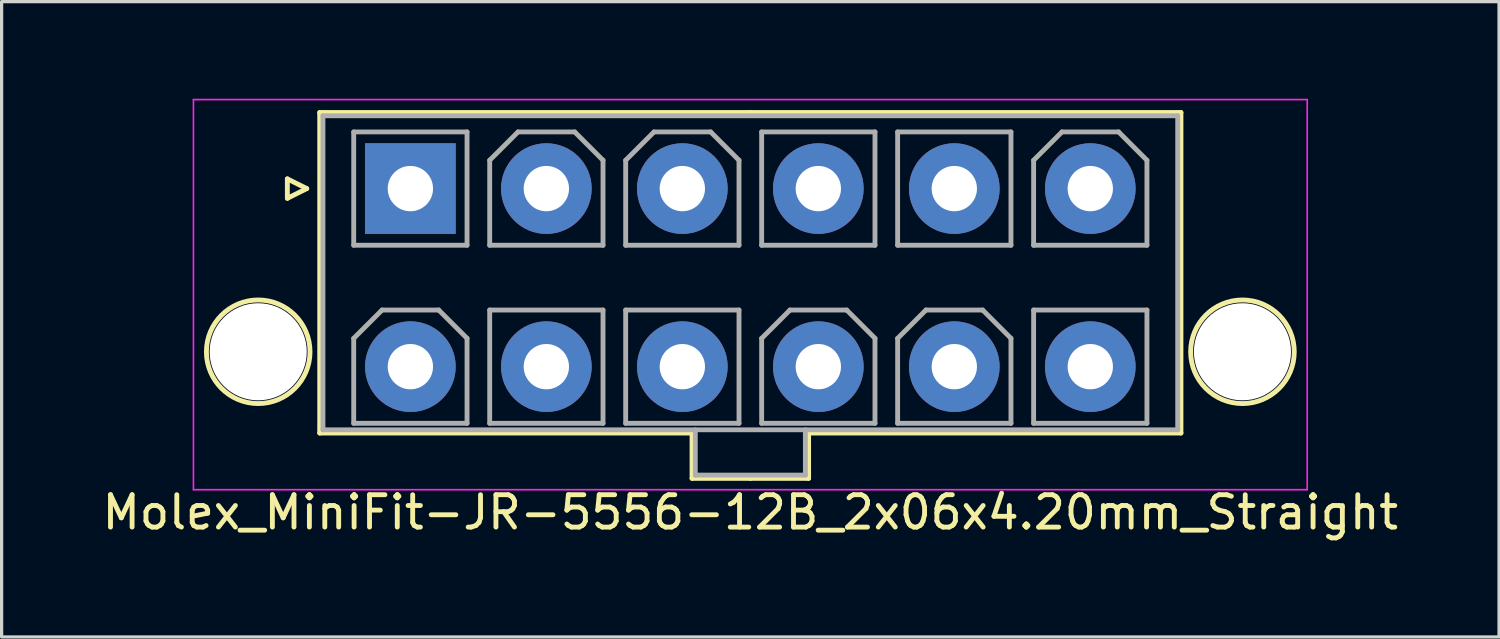
<source format=kicad_pcb>
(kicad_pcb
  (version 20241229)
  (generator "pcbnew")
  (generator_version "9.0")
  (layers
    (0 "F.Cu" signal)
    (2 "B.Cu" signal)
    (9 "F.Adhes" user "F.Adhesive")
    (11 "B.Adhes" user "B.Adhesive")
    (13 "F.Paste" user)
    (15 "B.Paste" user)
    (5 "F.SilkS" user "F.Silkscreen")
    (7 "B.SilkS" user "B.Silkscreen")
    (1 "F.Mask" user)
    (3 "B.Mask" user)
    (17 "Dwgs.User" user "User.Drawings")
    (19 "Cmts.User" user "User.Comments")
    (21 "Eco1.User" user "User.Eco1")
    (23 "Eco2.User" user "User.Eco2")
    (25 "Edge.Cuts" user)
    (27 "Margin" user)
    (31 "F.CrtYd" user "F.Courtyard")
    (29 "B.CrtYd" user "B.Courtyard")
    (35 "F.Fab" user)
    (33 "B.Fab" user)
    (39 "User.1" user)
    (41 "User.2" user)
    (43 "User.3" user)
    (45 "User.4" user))
  (footprint "Molex_MiniFit-JR-5556-12B_2x06x4.20mm_Straight"
    (layer "F.Cu")
    (at 9.625 2.775)
    (property "Reference" "Molex_MiniFit-JR-5556-12B_2x06x4.20mm_Straight" (at 10.5 10 0) (layer "F.SilkS") (effects (font (size 1 1) (thickness 0.15))))
    (attr through_hole)
    (fp_line (start -3.8 -0.3) (end -3.2 0) (stroke (width 0.15) (type solid)) (layer "F.SilkS"))
    (fp_line (start -3.8 0.3) (end -3.8 -0.3) (stroke (width 0.15) (type solid)) (layer "F.SilkS"))
    (fp_line (start -3.2 0) (end -3.8 0.3) (stroke (width 0.15) (type solid)) (layer "F.SilkS"))
    (fp_line (start -2.8 -2.35) (end -2.8 7.55) (stroke (width 0.15) (type solid)) (layer "F.SilkS"))
    (fp_line (start -2.8 7.55) (end 8.7 7.55) (stroke (width 0.15) (type solid)) (layer "F.SilkS"))
    (fp_line (start 8.7 7.55) (end 8.7 8.95) (stroke (width 0.15) (type solid)) (layer "F.SilkS"))
    (fp_line (start 8.7 8.95) (end 10.5 8.95) (stroke (width 0.15) (type solid)) (layer "F.SilkS"))
    (fp_line (start 10.5 -2.35) (end -2.8 -2.35) (stroke (width 0.15) (type solid)) (layer "F.SilkS"))
    (fp_line (start 10.5 -2.35) (end 23.8 -2.35) (stroke (width 0.15) (type solid)) (layer "F.SilkS"))
    (fp_line (start 12.3 7.55) (end 12.3 8.95) (stroke (width 0.15) (type solid)) (layer "F.SilkS"))
    (fp_line (start 12.3 8.95) (end 10.5 8.95) (stroke (width 0.15) (type solid)) (layer "F.SilkS"))
    (fp_line (start 23.8 -2.35) (end 23.8 7.55) (stroke (width 0.15) (type solid)) (layer "F.SilkS"))
    (fp_line (start 23.8 7.55) (end 12.3 7.55) (stroke (width 0.15) (type solid)) (layer "F.SilkS"))
    (fp_circle (center -4.7 5.04) (end -3.1 5.04) (stroke (width 0.15) (type solid)) (fill no) (layer "F.SilkS"))
    (fp_circle (center 25.7 5.04) (end 27.3 5.04) (stroke (width 0.15) (type solid)) (fill no) (layer "F.SilkS"))
    (fp_line (start -6.7 -2.75) (end -6.7 9.3) (stroke (width 0.05) (type solid)) (layer "F.CrtYd"))
    (fp_line (start -6.7 9.3) (end 27.7 9.3) (stroke (width 0.05) (type solid)) (layer "F.CrtYd"))
    (fp_line (start 27.7 -2.75) (end -6.7 -2.75) (stroke (width 0.05) (type solid)) (layer "F.CrtYd"))
    (fp_line (start 27.7 9.3) (end 27.7 -2.75) (stroke (width 0.05) (type solid)) (layer "F.CrtYd"))
    (fp_line (start -2.7 -2.25) (end -2.7 7.45) (stroke (width 0.15) (type solid)) (layer "F.Fab"))
    (fp_line (start -2.7 7.45) (end 23.7 7.45) (stroke (width 0.15) (type solid)) (layer "F.Fab"))
    (fp_line (start -1.75 -1.75) (end -1.75 1.75) (stroke (width 0.15) (type solid)) (layer "F.Fab"))
    (fp_line (start -1.75 1.75) (end 1.75 1.75) (stroke (width 0.15) (type solid)) (layer "F.Fab"))
    (fp_line (start -1.75 4.625) (end -0.875 3.75) (stroke (width 0.15) (type solid)) (layer "F.Fab"))
    (fp_line (start -1.75 7.25) (end -1.75 4.625) (stroke (width 0.15) (type solid)) (layer "F.Fab"))
    (fp_line (start -0.875 3.75) (end 0.875 3.75) (stroke (width 0.15) (type solid)) (layer "F.Fab"))
    (fp_line (start 0.875 3.75) (end 1.75 4.625) (stroke (width 0.15) (type solid)) (layer "F.Fab"))
    (fp_line (start 1.75 -1.75) (end -1.75 -1.75) (stroke (width 0.15) (type solid)) (layer "F.Fab"))
    (fp_line (start 1.75 1.75) (end 1.75 -1.75) (stroke (width 0.15) (type solid)) (layer "F.Fab"))
    (fp_line (start 1.75 4.625) (end 1.75 7.25) (stroke (width 0.15) (type solid)) (layer "F.Fab"))
    (fp_line (start 1.75 7.25) (end -1.75 7.25) (stroke (width 0.15) (type solid)) (layer "F.Fab"))
    (fp_line (start 2.45 -0.875) (end 3.325 -1.75) (stroke (width 0.15) (type solid)) (layer "F.Fab"))
    (fp_line (start 2.45 1.75) (end 2.45 -0.875) (stroke (width 0.15) (type solid)) (layer "F.Fab"))
    (fp_line (start 2.45 3.75) (end 2.45 7.25) (stroke (width 0.15) (type solid)) (layer "F.Fab"))
    (fp_line (start 2.45 7.25) (end 5.95 7.25) (stroke (width 0.15) (type solid)) (layer "F.Fab"))
    (fp_line (start 3.325 -1.75) (end 5.075 -1.75) (stroke (width 0.15) (type solid)) (layer "F.Fab"))
    (fp_line (start 5.075 -1.75) (end 5.95 -0.875) (stroke (width 0.15) (type solid)) (layer "F.Fab"))
    (fp_line (start 5.95 -0.875) (end 5.95 1.75) (stroke (width 0.15) (type solid)) (layer "F.Fab"))
    (fp_line (start 5.95 1.75) (end 2.45 1.75) (stroke (width 0.15) (type solid)) (layer "F.Fab"))
    (fp_line (start 5.95 3.75) (end 2.45 3.75) (stroke (width 0.15) (type solid)) (layer "F.Fab"))
    (fp_line (start 5.95 7.25) (end 5.95 3.75) (stroke (width 0.15) (type solid)) (layer "F.Fab"))
    (fp_line (start 6.65 -0.875) (end 7.525 -1.75) (stroke (width 0.15) (type solid)) (layer "F.Fab"))
    (fp_line (start 6.65 1.75) (end 6.65 -0.875) (stroke (width 0.15) (type solid)) (layer "F.Fab"))
    (fp_line (start 6.65 3.75) (end 6.65 7.25) (stroke (width 0.15) (type solid)) (layer "F.Fab"))
    (fp_line (start 6.65 7.25) (end 10.15 7.25) (stroke (width 0.15) (type solid)) (layer "F.Fab"))
    (fp_line (start 7.525 -1.75) (end 9.275 -1.75) (stroke (width 0.15) (type solid)) (layer "F.Fab"))
    (fp_line (start 8.8 7.45) (end 8.8 8.85) (stroke (width 0.15) (type solid)) (layer "F.Fab"))
    (fp_line (start 8.8 8.85) (end 12.2 8.85) (stroke (width 0.15) (type solid)) (layer "F.Fab"))
    (fp_line (start 9.275 -1.75) (end 10.15 -0.875) (stroke (width 0.15) (type solid)) (layer "F.Fab"))
    (fp_line (start 10.15 -0.875) (end 10.15 1.75) (stroke (width 0.15) (type solid)) (layer "F.Fab"))
    (fp_line (start 10.15 1.75) (end 6.65 1.75) (stroke (width 0.15) (type solid)) (layer "F.Fab"))
    (fp_line (start 10.15 3.75) (end 6.65 3.75) (stroke (width 0.15) (type solid)) (layer "F.Fab"))
    (fp_line (start 10.15 7.25) (end 10.15 3.75) (stroke (width 0.15) (type solid)) (layer "F.Fab"))
    (fp_line (start 10.85 -1.75) (end 10.85 1.75) (stroke (width 0.15) (type solid)) (layer "F.Fab"))
    (fp_line (start 10.85 1.75) (end 14.35 1.75) (stroke (width 0.15) (type solid)) (layer "F.Fab"))
    (fp_line (start 10.85 4.625) (end 11.725 3.75) (stroke (width 0.15) (type solid)) (layer "F.Fab"))
    (fp_line (start 10.85 7.25) (end 10.85 4.625) (stroke (width 0.15) (type solid)) (layer "F.Fab"))
    (fp_line (start 11.725 3.75) (end 13.475 3.75) (stroke (width 0.15) (type solid)) (layer "F.Fab"))
    (fp_line (start 12.2 8.85) (end 12.2 7.45) (stroke (width 0.15) (type solid)) (layer "F.Fab"))
    (fp_line (start 13.475 3.75) (end 14.35 4.625) (stroke (width 0.15) (type solid)) (layer "F.Fab"))
    (fp_line (start 14.35 -1.75) (end 10.85 -1.75) (stroke (width 0.15) (type solid)) (layer "F.Fab"))
    (fp_line (start 14.35 1.75) (end 14.35 -1.75) (stroke (width 0.15) (type solid)) (layer "F.Fab"))
    (fp_line (start 14.35 4.625) (end 14.35 7.25) (stroke (width 0.15) (type solid)) (layer "F.Fab"))
    (fp_line (start 14.35 7.25) (end 10.85 7.25) (stroke (width 0.15) (type solid)) (layer "F.Fab"))
    (fp_line (start 15.05 -1.75) (end 15.05 1.75) (stroke (width 0.15) (type solid)) (layer "F.Fab"))
    (fp_line (start 15.05 1.75) (end 18.55 1.75) (stroke (width 0.15) (type solid)) (layer "F.Fab"))
    (fp_line (start 15.05 4.625) (end 15.925 3.75) (stroke (width 0.15) (type solid)) (layer "F.Fab"))
    (fp_line (start 15.05 7.25) (end 15.05 4.625) (stroke (width 0.15) (type solid)) (layer "F.Fab"))
    (fp_line (start 15.925 3.75) (end 17.675 3.75) (stroke (width 0.15) (type solid)) (layer "F.Fab"))
    (fp_line (start 17.675 3.75) (end 18.55 4.625) (stroke (width 0.15) (type solid)) (layer "F.Fab"))
    (fp_line (start 18.55 -1.75) (end 15.05 -1.75) (stroke (width 0.15) (type solid)) (layer "F.Fab"))
    (fp_line (start 18.55 1.75) (end 18.55 -1.75) (stroke (width 0.15) (type solid)) (layer "F.Fab"))
    (fp_line (start 18.55 4.625) (end 18.55 7.25) (stroke (width 0.15) (type solid)) (layer "F.Fab"))
    (fp_line (start 18.55 7.25) (end 15.05 7.25) (stroke (width 0.15) (type solid)) (layer "F.Fab"))
    (fp_line (start 19.25 -0.875) (end 20.125 -1.75) (stroke (width 0.15) (type solid)) (layer "F.Fab"))
    (fp_line (start 19.25 1.75) (end 19.25 -0.875) (stroke (width 0.15) (type solid)) (layer "F.Fab"))
    (fp_line (start 19.25 3.75) (end 19.25 7.25) (stroke (width 0.15) (type solid)) (layer "F.Fab"))
    (fp_line (start 19.25 7.25) (end 22.75 7.25) (stroke (width 0.15) (type solid)) (layer "F.Fab"))
    (fp_line (start 20.125 -1.75) (end 21.875 -1.75) (stroke (width 0.15) (type solid)) (layer "F.Fab"))
    (fp_line (start 21.875 -1.75) (end 22.75 -0.875) (stroke (width 0.15) (type solid)) (layer "F.Fab"))
    (fp_line (start 22.75 -0.875) (end 22.75 1.75) (stroke (width 0.15) (type solid)) (layer "F.Fab"))
    (fp_line (start 22.75 1.75) (end 19.25 1.75) (stroke (width 0.15) (type solid)) (layer "F.Fab"))
    (fp_line (start 22.75 3.75) (end 19.25 3.75) (stroke (width 0.15) (type solid)) (layer "F.Fab"))
    (fp_line (start 22.75 7.25) (end 22.75 3.75) (stroke (width 0.15) (type solid)) (layer "F.Fab"))
    (fp_line (start 23.7 -2.25) (end -2.7 -2.25) (stroke (width 0.15) (type solid)) (layer "F.Fab"))
    (fp_line (start 23.7 7.45) (end 23.7 -2.25) (stroke (width 0.15) (type solid)) (layer "F.Fab"))
    (pad "" np_thru_hole circle (at -4.7 5.04) (size 3 3) (drill 3) (layers "*.Cu"))
    (pad "" np_thru_hole circle (at 25.7 5.04) (size 3 3) (drill 3) (layers "*.Cu"))
    (pad "1" thru_hole rect (at 0 0) (size 2.8 2.8) (drill 1.4) (layers "*.Cu" "*.Mask"))
    (pad "2" thru_hole circle (at 4.2 0) (size 2.8 2.8) (drill 1.4) (layers "*.Cu" "*.Mask"))
    (pad "3" thru_hole circle (at 8.4 0) (size 2.8 2.8) (drill 1.4) (layers "*.Cu" "*.Mask"))
    (pad "4" thru_hole circle (at 12.6 0) (size 2.8 2.8) (drill 1.4) (layers "*.Cu" "*.Mask"))
    (pad "5" thru_hole circle (at 16.8 0) (size 2.8 2.8) (drill 1.4) (layers "*.Cu" "*.Mask"))
    (pad "6" thru_hole circle (at 21 0) (size 2.8 2.8) (drill 1.4) (layers "*.Cu" "*.Mask"))
    (pad "7" thru_hole circle (at 0 5.5) (size 2.8 2.8) (drill 1.4) (layers "*.Cu" "*.Mask"))
    (pad "8" thru_hole circle (at 4.2 5.5) (size 2.8 2.8) (drill 1.4) (layers "*.Cu" "*.Mask"))
    (pad "9" thru_hole circle (at 8.4 5.5) (size 2.8 2.8) (drill 1.4) (layers "*.Cu" "*.Mask"))
    (pad "10" thru_hole circle (at 12.6 5.5) (size 2.8 2.8) (drill 1.4) (layers "*.Cu" "*.Mask"))
    (pad "11" thru_hole circle (at 16.8 5.5) (size 2.8 2.8) (drill 1.4) (layers "*.Cu" "*.Mask"))
    (pad "12" thru_hole circle (at 21 5.5) (size 2.8 2.8) (drill 1.4) (layers "*.Cu" "*.Mask")))
  (gr_rect
    (start -3 -3)
    (end 43.25 16.623)
    (stroke (width 0.1) (type default))
    (fill no)
    (layer "Edge.Cuts")))
</source>
